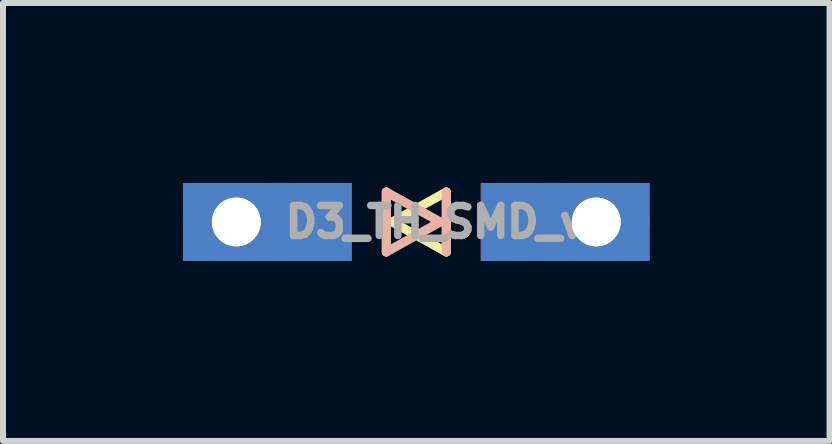
<source format=kicad_pcb>
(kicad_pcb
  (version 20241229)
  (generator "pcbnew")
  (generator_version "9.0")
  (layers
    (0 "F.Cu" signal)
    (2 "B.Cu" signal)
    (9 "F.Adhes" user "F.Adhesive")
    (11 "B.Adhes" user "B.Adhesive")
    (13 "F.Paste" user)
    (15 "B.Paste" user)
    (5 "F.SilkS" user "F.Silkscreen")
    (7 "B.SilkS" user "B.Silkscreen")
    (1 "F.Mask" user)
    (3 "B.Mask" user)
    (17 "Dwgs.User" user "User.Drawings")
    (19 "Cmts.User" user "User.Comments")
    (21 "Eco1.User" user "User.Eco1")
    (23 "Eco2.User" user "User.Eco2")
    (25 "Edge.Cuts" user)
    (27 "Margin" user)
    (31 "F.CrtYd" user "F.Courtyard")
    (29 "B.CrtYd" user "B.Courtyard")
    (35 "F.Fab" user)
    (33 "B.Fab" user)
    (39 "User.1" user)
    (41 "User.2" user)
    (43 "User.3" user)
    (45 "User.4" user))
  (footprint "D3_TH_SMD_v2"
    (layer "F.Cu")
    (at 3.889 0.65)
    (property "Reference" "D3_TH_SMD_v2" (at 0.55 0 180) (layer "F.Fab") (effects (font (size 0.5 0.5) (thickness 0.125))))
    (attr through_hole)
    (fp_line (start -0.5 -0.5) (end -0.5 0.5) (stroke (width 0.15) (type solid)) (layer "F.SilkS"))
    (fp_line (start -0.4 0) (end 0.5 -0.5) (stroke (width 0.15) (type solid)) (layer "F.SilkS"))
    (fp_line (start 0.5 -0.5) (end 0.5 0.5) (stroke (width 0.15) (type solid)) (layer "F.SilkS"))
    (fp_line (start 0.5 0.5) (end -0.4 0) (stroke (width 0.15) (type solid)) (layer "F.SilkS"))
    (fp_line (start -0.5 -0.5) (end -0.5 0.5) (stroke (width 0.15) (type solid)) (layer "B.SilkS"))
    (fp_line (start -0.5 0.5) (end 0.4 0) (stroke (width 0.15) (type solid)) (layer "B.SilkS"))
    (fp_line (start 0.4 0) (end -0.5 -0.5) (stroke (width 0.15) (type solid)) (layer "B.SilkS"))
    (fp_line (start 0.5 -0.5) (end 0.5 0.5) (stroke (width 0.15) (type solid)) (layer "B.SilkS"))
    (pad "1" thru_hole rect (at -3 0) (size 1.778 1.3) (drill 0.813) (layers "*.Cu" "B.Mask"))
    (pad "1" smd rect (at -1.775 0 180) (size 1.4 1.3) (layers "F.Cu" "F.Mask" "F.Paste"))
    (pad "1" smd rect (at 1.775 0 180) (size 1.4 1.3) (layers "B.Cu" "B.Mask" "B.Paste"))
    (pad "1" thru_hole rect (at 3 0) (size 1.778 1.3) (drill 0.813) (layers "*.Cu" "F.Mask"))
    (pad "2" thru_hole oval (at -3 0) (size 1.778 1.3) (drill 0.813) (layers "*.Cu" "F.Mask"))
    (pad "2" smd rect (at -1.775 0 180) (size 1.4 1.3) (layers "B.Cu" "B.Mask" "B.Paste"))
    (pad "2" smd rect (at 1.775 0 180) (size 1.4 1.3) (layers "F.Cu" "F.Mask" "F.Paste"))
    (pad "2" thru_hole oval (at 3 0) (size 1.778 1.3) (drill 0.813) (layers "*.Cu" "B.Mask")))
  (gr_rect
    (start -3 -3)
    (end 10.778 4.3)
    (stroke (width 0.1) (type default))
    (fill no)
    (layer "Edge.Cuts")))
</source>
